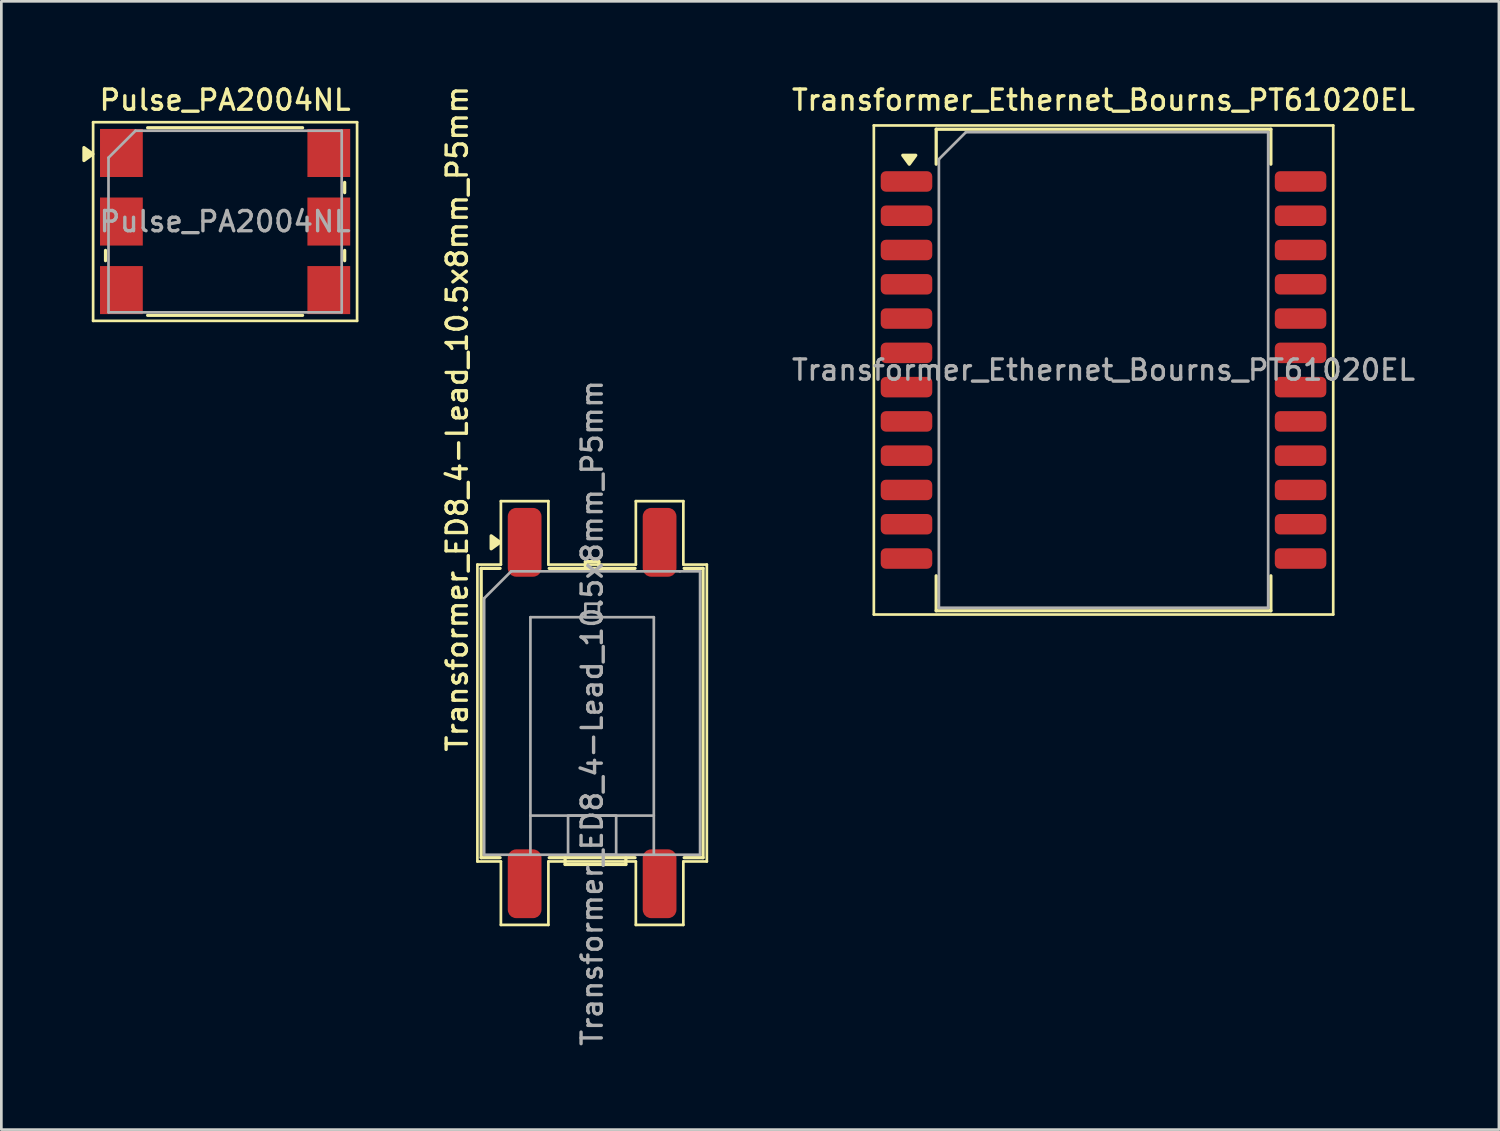
<source format=kicad_pcb>
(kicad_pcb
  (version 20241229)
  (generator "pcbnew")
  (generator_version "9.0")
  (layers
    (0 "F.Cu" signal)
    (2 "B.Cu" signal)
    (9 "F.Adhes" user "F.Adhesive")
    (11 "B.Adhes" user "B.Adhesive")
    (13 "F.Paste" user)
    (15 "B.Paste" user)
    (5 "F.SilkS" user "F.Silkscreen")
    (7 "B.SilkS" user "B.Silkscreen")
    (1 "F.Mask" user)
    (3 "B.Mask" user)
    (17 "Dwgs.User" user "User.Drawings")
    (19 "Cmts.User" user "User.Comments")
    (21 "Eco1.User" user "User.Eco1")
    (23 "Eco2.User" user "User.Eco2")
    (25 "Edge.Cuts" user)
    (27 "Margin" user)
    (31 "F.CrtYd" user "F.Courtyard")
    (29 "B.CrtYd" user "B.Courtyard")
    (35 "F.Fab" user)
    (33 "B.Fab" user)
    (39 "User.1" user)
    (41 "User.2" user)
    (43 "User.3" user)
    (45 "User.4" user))
  (footprint "Pulse_PA2004NL"
    (layer "F.Cu")
    (at 5.29 5.158)
    (property "Reference" "Pulse_PA2004NL" (at 0 -4.5 0) (layer "F.SilkS") (effects (font (size 0.75 0.75) (thickness 0.125))))
    (attr smd)
    (fp_line (start -4.89 -3.68) (end 4.89 -3.68) (stroke (width 0.1) (type solid)) (layer "F.SilkS"))
    (fp_line (start -4.89 3.68) (end -4.89 -3.68) (stroke (width 0.1) (type solid)) (layer "F.SilkS"))
    (fp_line (start -4.43 1.07) (end -4.43 1.45) (stroke (width 0.12) (type solid)) (layer "F.SilkS"))
    (fp_line (start -2.87 -3.475) (end 2.87 -3.475) (stroke (width 0.12) (type solid)) (layer "F.SilkS"))
    (fp_line (start -2.87 3.475) (end 2.87 3.475) (stroke (width 0.12) (type solid)) (layer "F.SilkS"))
    (fp_line (start 4.43 -1.45) (end 4.43 -1.07) (stroke (width 0.12) (type solid)) (layer "F.SilkS"))
    (fp_line (start 4.43 1.45) (end 4.43 1.07) (stroke (width 0.12) (type solid)) (layer "F.SilkS"))
    (fp_line (start 4.89 -3.68) (end 4.89 3.68) (stroke (width 0.1) (type solid)) (layer "F.SilkS"))
    (fp_line (start 4.89 3.68) (end -4.89 3.68) (stroke (width 0.1) (type solid)) (layer "F.SilkS"))
    (fp_poly (pts (xy -4.9 -2.5) (xy -5.23 -2.26) (xy -5.23 -2.74) (xy -4.9 -2.5)) (stroke (width 0.12) (type solid)) (fill yes) (layer "F.SilkS"))
    (fp_line (start -4.32 3.365) (end -4.32 -2.365) (stroke (width 0.1) (type solid)) (layer "F.Fab"))
    (fp_line (start -3.32 -3.365) (end -4.32 -2.365) (stroke (width 0.1) (type solid)) (layer "F.Fab"))
    (fp_line (start -3.32 -3.365) (end 4.32 -3.365) (stroke (width 0.1) (type solid)) (layer "F.Fab"))
    (fp_line (start 4.32 -3.365) (end 4.32 3.365) (stroke (width 0.1) (type solid)) (layer "F.Fab"))
    (fp_line (start 4.32 3.365) (end -4.32 3.365) (stroke (width 0.1) (type solid)) (layer "F.Fab"))
    (fp_text user "${REFERENCE}" (at 0 0 0) (layer "F.Fab") (effects (font (size 0.75 0.75) (thickness 0.125))))
    (pad "1" smd rect (at -3.842 -2.54) (size 1.585 1.78) (layers "F.Cu" "F.Mask" "F.Paste"))
    (pad "2" smd rect (at -3.842 0) (size 1.585 1.78) (layers "F.Cu" "F.Mask" "F.Paste"))
    (pad "3" smd rect (at -3.842 2.54) (size 1.585 1.78) (layers "F.Cu" "F.Mask" "F.Paste"))
    (pad "4" smd rect (at 3.842 2.54) (size 1.585 1.78) (layers "F.Cu" "F.Mask" "F.Paste"))
    (pad "5" smd rect (at 3.842 0) (size 1.585 1.78) (layers "F.Cu" "F.Mask" "F.Paste"))
    (pad "6" smd rect (at 3.842 -2.54) (size 1.585 1.78) (layers "F.Cu" "F.Mask" "F.Paste")))
  (footprint "Transformer_ED8_4-Lead_10.5x8mm_P5mm"
    (layer "F.Cu")
    (at 18.888 23.368)
    (property "Reference" "Transformer_ED8_4-Lead_10.5x8mm_P5mm" (at -5 1.5 90) (layer "F.SilkS") (effects (font (size 0.75 0.75) (thickness 0.125)) (justify left)))
    (attr smd)
    (fp_line (start -4.25 -5.5) (end -4.25 5.5) (stroke (width 0.1) (type default)) (layer "F.SilkS"))
    (fp_line (start -4.25 5.5) (end -3.38 5.5) (stroke (width 0.1) (type default)) (layer "F.SilkS"))
    (fp_line (start -4.11 -5.36) (end -3.41 -5.36) (stroke (width 0.12) (type default)) (layer "F.SilkS"))
    (fp_line (start -4.11 5.36) (end -4.11 -5.36) (stroke (width 0.12) (type default)) (layer "F.SilkS"))
    (fp_line (start -3.41 5.36) (end -4.11 5.36) (stroke (width 0.12) (type default)) (layer "F.SilkS"))
    (fp_line (start -3.38 -7.85) (end -3.38 -5.5) (stroke (width 0.1) (type default)) (layer "F.SilkS"))
    (fp_line (start -3.38 -7.85) (end -1.62 -7.85) (stroke (width 0.1) (type default)) (layer "F.SilkS"))
    (fp_line (start -3.38 -5.5) (end -4.25 -5.5) (stroke (width 0.1) (type default)) (layer "F.SilkS"))
    (fp_line (start -3.38 7.85) (end -3.38 5.5) (stroke (width 0.1) (type default)) (layer "F.SilkS"))
    (fp_line (start -1.62 -7.85) (end -1.62 -5.5) (stroke (width 0.1) (type default)) (layer "F.SilkS"))
    (fp_line (start -1.62 5.5) (end 1.62 5.5) (stroke (width 0.1) (type default)) (layer "F.SilkS"))
    (fp_line (start -1.62 7.85) (end -3.38 7.85) (stroke (width 0.1) (type default)) (layer "F.SilkS"))
    (fp_line (start -1.62 7.85) (end -1.62 5.5) (stroke (width 0.1) (type default)) (layer "F.SilkS"))
    (fp_line (start -1 5.61) (end -1 5.36) (stroke (width 0.12) (type default)) (layer "F.SilkS"))
    (fp_line (start -0.25 -5.61) (end -0.25 -5.36) (stroke (width 0.12) (type default)) (layer "F.SilkS"))
    (fp_line (start 0.25 -5.61) (end -0.25 -5.61) (stroke (width 0.12) (type default)) (layer "F.SilkS"))
    (fp_line (start 0.25 -5.36) (end 0.25 -5.61) (stroke (width 0.12) (type default)) (layer "F.SilkS"))
    (fp_line (start 1.25 5.36) (end 1.25 5.61) (stroke (width 0.12) (type default)) (layer "F.SilkS"))
    (fp_line (start 1.25 5.61) (end -1 5.61) (stroke (width 0.12) (type default)) (layer "F.SilkS"))
    (fp_line (start 1.59 -5.36) (end -1.59 -5.36) (stroke (width 0.12) (type default)) (layer "F.SilkS"))
    (fp_line (start 1.59 5.36) (end -1.59 5.36) (stroke (width 0.12) (type default)) (layer "F.SilkS"))
    (fp_line (start 1.62 -7.85) (end 1.62 -5.5) (stroke (width 0.1) (type default)) (layer "F.SilkS"))
    (fp_line (start 1.62 -7.85) (end 3.38 -7.85) (stroke (width 0.1) (type default)) (layer "F.SilkS"))
    (fp_line (start 1.62 -5.5) (end -1.62 -5.5) (stroke (width 0.1) (type default)) (layer "F.SilkS"))
    (fp_line (start 1.62 7.85) (end 1.62 5.5) (stroke (width 0.1) (type default)) (layer "F.SilkS"))
    (fp_line (start 3.38 -7.85) (end 3.38 -5.5) (stroke (width 0.1) (type default)) (layer "F.SilkS"))
    (fp_line (start 3.38 -5.5) (end 4.25 -5.5) (stroke (width 0.1) (type default)) (layer "F.SilkS"))
    (fp_line (start 3.38 5.5) (end 4.25 5.5) (stroke (width 0.1) (type default)) (layer "F.SilkS"))
    (fp_line (start 3.38 7.85) (end 1.62 7.85) (stroke (width 0.1) (type default)) (layer "F.SilkS"))
    (fp_line (start 3.38 7.85) (end 3.38 5.5) (stroke (width 0.1) (type default)) (layer "F.SilkS"))
    (fp_line (start 3.41 5.36) (end 4.11 5.36) (stroke (width 0.12) (type default)) (layer "F.SilkS"))
    (fp_line (start 4.11 -5.36) (end 3.41 -5.36) (stroke (width 0.12) (type default)) (layer "F.SilkS"))
    (fp_line (start 4.11 5.36) (end 4.11 -5.36) (stroke (width 0.12) (type default)) (layer "F.SilkS"))
    (fp_line (start 4.25 -5.5) (end 4.25 5.5) (stroke (width 0.1) (type default)) (layer "F.SilkS"))
    (fp_poly (pts (xy -3.41 -6.325) (xy -3.74 -6.085) (xy -3.74 -6.565) (xy -3.41 -6.325)) (stroke (width 0.12) (type solid)) (fill yes) (layer "F.SilkS"))
    (fp_line (start -4 -4.25) (end -3 -5.25) (stroke (width 0.1) (type default)) (layer "F.Fab"))
    (fp_line (start -4 5.25) (end -4 -4.25) (stroke (width 0.1) (type default)) (layer "F.Fab"))
    (fp_line (start -2.286 -3.55) (end -2.286 5.25) (stroke (width 0.1) (type default)) (layer "F.Fab"))
    (fp_line (start -2.286 3.8) (end 2.284 3.8) (stroke (width 0.1) (type default)) (layer "F.Fab"))
    (fp_line (start 2.286 -3.55) (end -2.286 -3.55) (stroke (width 0.1) (type default)) (layer "F.Fab"))
    (fp_line (start 2.286 -3.55) (end 2.286 5.25) (stroke (width 0.1) (type default)) (layer "F.Fab"))
    (fp_line (start 3.25 -5.25) (end -3 -5.25) (stroke (width 0.1) (type default)) (layer "F.Fab"))
    (fp_line (start 4 -5.25) (end 3.25 -5.25) (stroke (width 0.1) (type default)) (layer "F.Fab"))
    (fp_line (start 4 5.25) (end -4 5.25) (stroke (width 0.1) (type default)) (layer "F.Fab"))
    (fp_line (start 4 5.25) (end 4 -5.25) (stroke (width 0.1) (type default)) (layer "F.Fab"))
    (fp_rect (start -0.891 3.8) (end 0.891 5.25) (stroke (width 0.1) (type solid)) (fill no) (layer "F.Fab"))
    (fp_rect (start -0.25 -4.05) (end 0.25 -3.55) (stroke (width 0.1) (type solid)) (fill no) (layer "F.Fab"))
    (fp_text user "${REFERENCE}" (at 0 0 90) (unlocked yes) (layer "F.Fab") (effects (font (size 0.75 0.75) (thickness 0.125))))
    (pad "1" smd roundrect (at -2.5 -6.325 180) (size 1.25 2.55) (layers "F.Cu" "F.Mask" "F.Paste") (roundrect_rratio 0.25))
    (pad "2" smd roundrect (at 2.5 -6.325 180) (size 1.25 2.55) (layers "F.Cu" "F.Mask" "F.Paste") (roundrect_rratio 0.25))
    (pad "3" smd roundrect (at 2.5 6.325 180) (size 1.25 2.55) (layers "F.Cu" "F.Mask" "F.Paste") (roundrect_rratio 0.25))
    (pad "4" smd roundrect (at -2.5 6.325 180) (size 1.25 2.55) (layers "F.Cu" "F.Mask" "F.Paste") (roundrect_rratio 0.25)))
  (footprint "Transformer_Ethernet_Bourns_PT61020EL"
    (layer "F.Cu")
    (at 37.836 10.658)
    (property "Reference" "Transformer_Ethernet_Bourns_PT61020EL" (at 0 -10 0) (unlocked yes) (layer "F.SilkS") (effects (font (size 0.75 0.75) (thickness 0.125))))
    (attr smd)
    (fp_line (start -8.51 -9.06) (end -8.51 9.06) (stroke (width 0.1) (type solid)) (layer "F.SilkS"))
    (fp_line (start -8.51 -9.06) (end 8.51 -9.06) (stroke (width 0.1) (type solid)) (layer "F.SilkS"))
    (fp_line (start -8.51 9.06) (end 8.51 9.06) (stroke (width 0.1) (type solid)) (layer "F.SilkS"))
    (fp_line (start -6.2 -8.92) (end -6.2 -7.625) (stroke (width 0.12) (type solid)) (layer "F.SilkS"))
    (fp_line (start -6.2 -8.92) (end 6.2 -8.92) (stroke (width 0.12) (type solid)) (layer "F.SilkS"))
    (fp_line (start -6.2 7.625) (end -6.2 8.92) (stroke (width 0.12) (type solid)) (layer "F.SilkS"))
    (fp_line (start -6.2 8.92) (end 6.2 8.92) (stroke (width 0.12) (type solid)) (layer "F.SilkS"))
    (fp_line (start 6.2 -8.92) (end 6.2 -7.625) (stroke (width 0.12) (type solid)) (layer "F.SilkS"))
    (fp_line (start 6.2 7.625) (end 6.2 8.92) (stroke (width 0.12) (type solid)) (layer "F.SilkS"))
    (fp_line (start 8.51 -9.06) (end 8.51 9.06) (stroke (width 0.1) (type solid)) (layer "F.SilkS"))
    (fp_poly (pts (xy -7.197 -7.625) (xy -7.438 -7.955) (xy -6.957 -7.955) (xy -7.197 -7.625)) (stroke (width 0.12) (type solid)) (fill yes) (layer "F.SilkS"))
    (fp_line (start -6.1 -7.81) (end -6.1 8.81) (stroke (width 0.1) (type solid)) (layer "F.Fab"))
    (fp_line (start -6.1 -7.81) (end -5.1 -8.81) (stroke (width 0.1) (type solid)) (layer "F.Fab"))
    (fp_line (start -6.1 8.81) (end 6.1 8.81) (stroke (width 0.1) (type solid)) (layer "F.Fab"))
    (fp_line (start -5.1 -8.81) (end 6.1 -8.81) (stroke (width 0.1) (type solid)) (layer "F.Fab"))
    (fp_line (start 6.1 -8.81) (end 6.1 8.81) (stroke (width 0.1) (type solid)) (layer "F.Fab"))
    (fp_text user "${REFERENCE}" (at 0 0 0) (unlocked yes) (layer "F.Fab") (effects (font (size 0.75 0.75) (thickness 0.125))))
    (pad "1" smd roundrect (at -7.3 -6.985) (size 1.91 0.76) (layers "F.Cu" "F.Mask" "F.Paste") (roundrect_rratio 0.25))
    (pad "2" smd roundrect (at -7.3 -5.715) (size 1.91 0.76) (layers "F.Cu" "F.Mask" "F.Paste") (roundrect_rratio 0.25))
    (pad "3" smd roundrect (at -7.3 -4.445) (size 1.91 0.76) (layers "F.Cu" "F.Mask" "F.Paste") (roundrect_rratio 0.25))
    (pad "4" smd roundrect (at -7.3 -3.175) (size 1.91 0.76) (layers "F.Cu" "F.Mask" "F.Paste") (roundrect_rratio 0.25))
    (pad "5" smd roundrect (at -7.3 -1.905) (size 1.91 0.76) (layers "F.Cu" "F.Mask" "F.Paste") (roundrect_rratio 0.25))
    (pad "6" smd roundrect (at -7.3 -0.635) (size 1.91 0.76) (layers "F.Cu" "F.Mask" "F.Paste") (roundrect_rratio 0.25))
    (pad "7" smd roundrect (at -7.3 0.635) (size 1.91 0.76) (layers "F.Cu" "F.Mask" "F.Paste") (roundrect_rratio 0.25))
    (pad "8" smd roundrect (at -7.3 1.905) (size 1.91 0.76) (layers "F.Cu" "F.Mask" "F.Paste") (roundrect_rratio 0.25))
    (pad "9" smd roundrect (at -7.3 3.175) (size 1.91 0.76) (layers "F.Cu" "F.Mask" "F.Paste") (roundrect_rratio 0.25))
    (pad "10" smd roundrect (at -7.3 4.445) (size 1.91 0.76) (layers "F.Cu" "F.Mask" "F.Paste") (roundrect_rratio 0.25))
    (pad "11" smd roundrect (at -7.3 5.715) (size 1.91 0.76) (layers "F.Cu" "F.Mask" "F.Paste") (roundrect_rratio 0.25))
    (pad "12" smd roundrect (at -7.3 6.985) (size 1.91 0.76) (layers "F.Cu" "F.Mask" "F.Paste") (roundrect_rratio 0.25))
    (pad "13" smd roundrect (at 7.3 6.985) (size 1.91 0.76) (layers "F.Cu" "F.Mask" "F.Paste") (roundrect_rratio 0.25))
    (pad "14" smd roundrect (at 7.3 5.715) (size 1.91 0.76) (layers "F.Cu" "F.Mask" "F.Paste") (roundrect_rratio 0.25))
    (pad "15" smd roundrect (at 7.3 4.445) (size 1.91 0.76) (layers "F.Cu" "F.Mask" "F.Paste") (roundrect_rratio 0.25))
    (pad "16" smd roundrect (at 7.3 3.175) (size 1.91 0.76) (layers "F.Cu" "F.Mask" "F.Paste") (roundrect_rratio 0.25))
    (pad "17" smd roundrect (at 7.3 1.905) (size 1.91 0.76) (layers "F.Cu" "F.Mask" "F.Paste") (roundrect_rratio 0.25))
    (pad "18" smd roundrect (at 7.3 0.635) (size 1.91 0.76) (layers "F.Cu" "F.Mask" "F.Paste") (roundrect_rratio 0.25))
    (pad "19" smd roundrect (at 7.3 -0.635) (size 1.91 0.76) (layers "F.Cu" "F.Mask" "F.Paste") (roundrect_rratio 0.25))
    (pad "20" smd roundrect (at 7.3 -1.905) (size 1.91 0.76) (layers "F.Cu" "F.Mask" "F.Paste") (roundrect_rratio 0.25))
    (pad "21" smd roundrect (at 7.3 -3.175) (size 1.91 0.76) (layers "F.Cu" "F.Mask" "F.Paste") (roundrect_rratio 0.25))
    (pad "22" smd roundrect (at 7.3 -4.445) (size 1.91 0.76) (layers "F.Cu" "F.Mask" "F.Paste") (roundrect_rratio 0.25))
    (pad "23" smd roundrect (at 7.3 -5.715) (size 1.91 0.76) (layers "F.Cu" "F.Mask" "F.Paste") (roundrect_rratio 0.25))
    (pad "24" smd roundrect (at 7.3 -6.985) (size 1.91 0.76) (layers "F.Cu" "F.Mask" "F.Paste") (roundrect_rratio 0.25)))
  (gr_rect
    (start -3 -3)
    (end 52.485 38.802)
    (stroke (width 0.1) (type default))
    (fill no)
    (layer "Edge.Cuts")))
</source>
